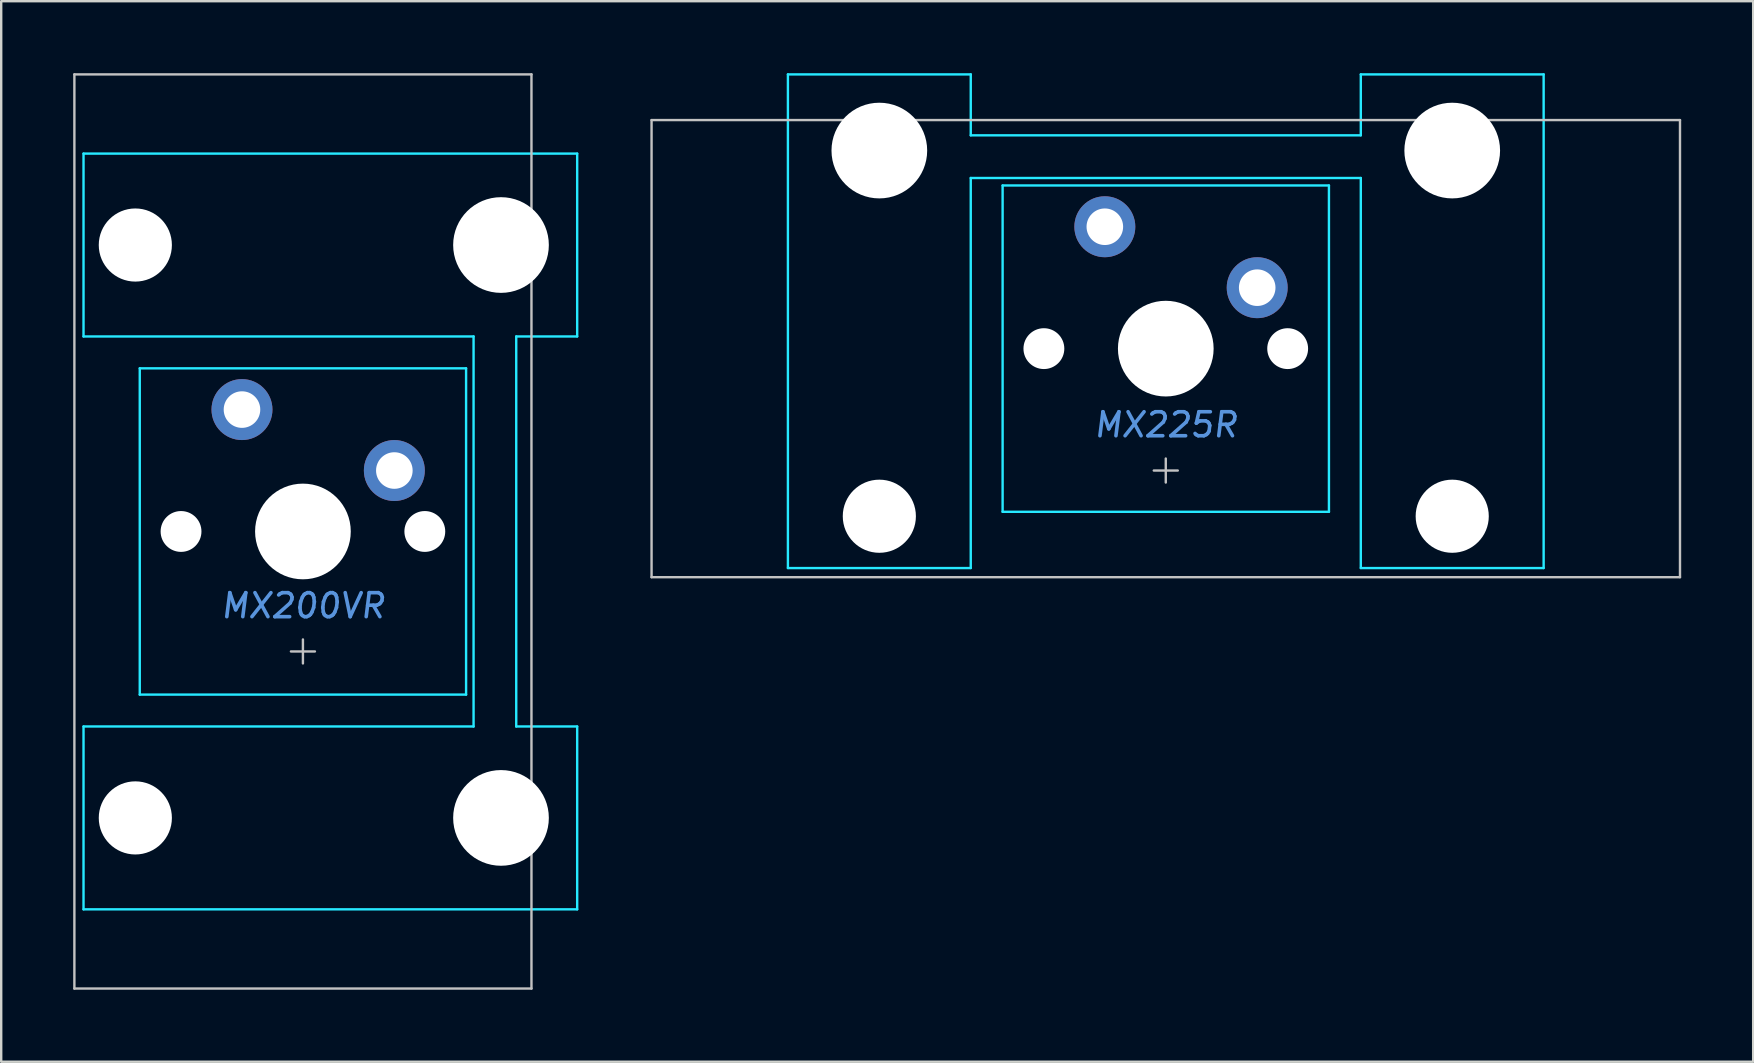
<source format=kicad_pcb>
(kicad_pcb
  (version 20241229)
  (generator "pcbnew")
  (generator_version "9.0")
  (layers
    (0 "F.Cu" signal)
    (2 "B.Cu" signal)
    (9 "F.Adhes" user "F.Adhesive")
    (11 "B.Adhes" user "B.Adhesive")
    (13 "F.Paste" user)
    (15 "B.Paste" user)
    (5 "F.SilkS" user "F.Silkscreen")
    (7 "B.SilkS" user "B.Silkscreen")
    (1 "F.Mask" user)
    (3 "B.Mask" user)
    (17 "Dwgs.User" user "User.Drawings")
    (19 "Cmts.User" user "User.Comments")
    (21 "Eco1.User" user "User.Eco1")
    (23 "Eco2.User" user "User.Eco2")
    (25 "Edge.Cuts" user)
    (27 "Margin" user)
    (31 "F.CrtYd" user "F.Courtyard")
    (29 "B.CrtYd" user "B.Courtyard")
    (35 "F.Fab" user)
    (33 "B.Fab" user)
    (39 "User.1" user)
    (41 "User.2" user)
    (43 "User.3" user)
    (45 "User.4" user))
  (footprint "MX225R"
    (layer "F.Cu")
    (at 45.536 11.48)
    (property "Reference" "MX225R" (at 0 3.175 0) (layer "Cmts.User") (effects (font (size 1 1) (thickness 0.15) (italic yes))))
    (attr through_hole)
    (fp_line (start -21.431 -9.525) (end -21.431 9.525) (stroke (width 0.1) (type solid)) (layer "Dwgs.User"))
    (fp_line (start -21.431 -9.525) (end 21.431 -9.525) (stroke (width 0.1) (type solid)) (layer "Dwgs.User"))
    (fp_line (start -21.431 9.525) (end 21.431 9.525) (stroke (width 0.1) (type solid)) (layer "Dwgs.User"))
    (fp_line (start -0.5 5.08) (end 0.5 5.08) (stroke (width 0.1) (type solid)) (layer "Dwgs.User"))
    (fp_line (start 0 5.58) (end 0 4.58) (stroke (width 0.1) (type solid)) (layer "Dwgs.User"))
    (fp_line (start 21.431 -9.525) (end 21.431 9.525) (stroke (width 0.1) (type solid)) (layer "Dwgs.User"))
    (fp_line (start -15.438 -8.515) (end -15.438 5.485) (stroke (width 0.1) (type solid)) (layer "Eco1.User"))
    (fp_line (start -14.938 -9.015) (end -8.938 -9.015) (stroke (width 0.1) (type solid)) (layer "Eco1.User"))
    (fp_line (start -8.938 5.985) (end -14.938 5.985) (stroke (width 0.1) (type solid)) (layer "Eco1.User"))
    (fp_line (start -8.438 5.485) (end -8.438 -8.515) (stroke (width 0.1) (type solid)) (layer "Eco1.User"))
    (fp_line (start -7 -6.5) (end -7 6.5) (stroke (width 0.1) (type solid)) (layer "Eco1.User"))
    (fp_line (start -6.5 7) (end 6.5 7) (stroke (width 0.1) (type solid)) (layer "Eco1.User"))
    (fp_line (start 6.5 -7) (end -6.5 -7) (stroke (width 0.1) (type solid)) (layer "Eco1.User"))
    (fp_line (start 7 6.5) (end 7 -6.5) (stroke (width 0.1) (type solid)) (layer "Eco1.User"))
    (fp_line (start 8.438 -8.515) (end 8.438 5.485) (stroke (width 0.1) (type solid)) (layer "Eco1.User"))
    (fp_line (start 8.938 -9.015) (end 14.938 -9.015) (stroke (width 0.1) (type solid)) (layer "Eco1.User"))
    (fp_line (start 14.938 5.985) (end 8.938 5.985) (stroke (width 0.1) (type solid)) (layer "Eco1.User"))
    (fp_line (start 15.438 5.485) (end 15.438 -8.515) (stroke (width 0.1) (type solid)) (layer "Eco1.User"))
    (fp_arc (start -15.438 -8.515) (mid -15.291553 -8.868553) (end -14.938 -9.015) (stroke (width 0.1) (type solid)) (layer "Eco1.User"))
    (fp_arc (start -14.938 5.985) (mid -15.291553 5.838553) (end -15.438 5.485) (stroke (width 0.1) (type solid)) (layer "Eco1.User"))
    (fp_arc (start -8.938 -9.015) (mid -8.584447 -8.868553) (end -8.438 -8.515) (stroke (width 0.1) (type solid)) (layer "Eco1.User"))
    (fp_arc (start -8.438 5.485) (mid -8.584447 5.838553) (end -8.938 5.985) (stroke (width 0.1) (type solid)) (layer "Eco1.User"))
    (fp_arc (start -7 -6.5) (mid -6.853553 -6.853553) (end -6.5 -7) (stroke (width 0.1) (type solid)) (layer "Eco1.User"))
    (fp_arc (start -6.5 7) (mid -6.853553 6.853553) (end -7 6.5) (stroke (width 0.1) (type solid)) (layer "Eco1.User"))
    (fp_arc (start 6.5 -7) (mid 6.853553 -6.853553) (end 7 -6.5) (stroke (width 0.1) (type solid)) (layer "Eco1.User"))
    (fp_arc (start 7 6.5) (mid 6.853553 6.853553) (end 6.5 7) (stroke (width 0.1) (type solid)) (layer "Eco1.User"))
    (fp_arc (start 8.438 -8.515) (mid 8.584447 -8.868553) (end 8.938 -9.015) (stroke (width 0.1) (type solid)) (layer "Eco1.User"))
    (fp_arc (start 8.938 5.985) (mid 8.584447 5.838553) (end 8.438 5.485) (stroke (width 0.1) (type solid)) (layer "Eco1.User"))
    (fp_arc (start 14.938 -9.015) (mid 15.291553 -8.868553) (end 15.438 -8.515) (stroke (width 0.1) (type solid)) (layer "Eco1.User"))
    (fp_arc (start 15.438 5.485) (mid 15.291553 5.838553) (end 14.938 5.985) (stroke (width 0.1) (type solid)) (layer "Eco1.User"))
    (fp_line (start -15.748 -11.43) (end -8.128 -11.43) (stroke (width 0.1) (type solid)) (layer "B.CrtYd"))
    (fp_line (start -15.748 9.144) (end -15.748 -11.43) (stroke (width 0.1) (type solid)) (layer "B.CrtYd"))
    (fp_line (start -8.128 -11.43) (end -8.128 -8.89) (stroke (width 0.1) (type solid)) (layer "B.CrtYd"))
    (fp_line (start -8.128 9.144) (end -15.748 9.144) (stroke (width 0.1) (type solid)) (layer "B.CrtYd"))
    (fp_line (start -8.128 9.144) (end -8.128 -7.112) (stroke (width 0.1) (type solid)) (layer "B.CrtYd"))
    (fp_line (start -6.8 6.8) (end -6.8 -6.8) (stroke (width 0.1) (type solid)) (layer "B.CrtYd"))
    (fp_line (start 6.8 -6.8) (end -6.8 -6.8) (stroke (width 0.1) (type solid)) (layer "B.CrtYd"))
    (fp_line (start 6.8 6.8) (end -6.8 6.8) (stroke (width 0.1) (type solid)) (layer "B.CrtYd"))
    (fp_line (start 6.8 6.8) (end 6.8 -6.8) (stroke (width 0.1) (type solid)) (layer "B.CrtYd"))
    (fp_line (start 8.128 -11.43) (end 8.128 -8.89) (stroke (width 0.1) (type solid)) (layer "B.CrtYd"))
    (fp_line (start 8.128 -11.43) (end 15.748 -11.43) (stroke (width 0.1) (type solid)) (layer "B.CrtYd"))
    (fp_line (start 8.128 -8.89) (end -8.128 -8.89) (stroke (width 0.1) (type solid)) (layer "B.CrtYd"))
    (fp_line (start 8.128 -7.112) (end -8.128 -7.112) (stroke (width 0.1) (type solid)) (layer "B.CrtYd"))
    (fp_line (start 8.128 9.144) (end 8.128 -7.112) (stroke (width 0.1) (type solid)) (layer "B.CrtYd"))
    (fp_line (start 15.748 -11.43) (end 15.748 9.144) (stroke (width 0.1) (type solid)) (layer "B.CrtYd"))
    (fp_line (start 15.748 9.144) (end 8.128 9.144) (stroke (width 0.1) (type solid)) (layer "B.CrtYd"))
    (pad "" np_thru_hole circle (at -11.938 -8.255 180) (size 3.988 3.988) (drill 3.988) (layers "*.Cu" "*.Mask"))
    (pad "" np_thru_hole circle (at -11.938 6.985 180) (size 3.048 3.048) (drill 3.048) (layers "*.Cu" "*.Mask"))
    (pad "" np_thru_hole circle (at -5.08 0) (size 1.702 1.702) (drill 1.702) (layers "*.Cu" "*.Mask"))
    (pad "" connect circle (at -2.54 -5.08) (size 1.524 1.524) (layers "B.Mask"))
    (pad "" np_thru_hole circle (at 0 0) (size 3.988 3.988) (drill 3.988) (layers "*.Cu" "*.Mask"))
    (pad "" connect circle (at 3.81 -2.54) (size 1.524 1.524) (layers "B.Mask"))
    (pad "" np_thru_hole circle (at 5.08 0) (size 1.702 1.702) (drill 1.702) (layers "*.Cu" "*.Mask"))
    (pad "" np_thru_hole circle (at 11.938 -8.255 180) (size 3.988 3.988) (drill 3.988) (layers "*.Cu" "*.Mask"))
    (pad "" np_thru_hole circle (at 11.938 6.985 180) (size 3.048 3.048) (drill 3.048) (layers "*.Cu" "*.Mask"))
    (pad "1" thru_hole circle (at -2.54 -5.08) (size 2.54 2.54) (drill 1.524) (layers "*.Cu" "F.Mask"))
    (pad "2" thru_hole circle (at 3.81 -2.54) (size 2.54 2.54) (drill 1.524) (layers "*.Cu" "F.Mask")))
  (footprint "MX200VR"
    (layer "F.Cu")
    (at 9.575 19.02)
    (property "Reference" "MX200VR" (at 0 3.175 0) (layer "Cmts.User") (effects (font (size 1 1) (thickness 0.15) (italic yes))))
    (attr through_hole)
    (fp_line (start -9.525 -18.97) (end -9.525 19.13) (stroke (width 0.1) (type solid)) (layer "Dwgs.User"))
    (fp_line (start -0.5 5.08) (end 0.5 5.08) (stroke (width 0.1) (type solid)) (layer "Dwgs.User"))
    (fp_line (start 0 5.58) (end 0 4.58) (stroke (width 0.1) (type solid)) (layer "Dwgs.User"))
    (fp_line (start 9.525 -18.97) (end -9.525 -18.97) (stroke (width 0.1) (type solid)) (layer "Dwgs.User"))
    (fp_line (start 9.525 -18.97) (end 9.525 19.13) (stroke (width 0.1) (type solid)) (layer "Dwgs.User"))
    (fp_line (start 9.525 19.13) (end -9.525 19.13) (stroke (width 0.1) (type solid)) (layer "Dwgs.User"))
    (fp_line (start -7 -6.42) (end -7 6.58) (stroke (width 0.1) (type solid)) (layer "Eco1.User"))
    (fp_line (start -6.5 7.08) (end 6.5 7.08) (stroke (width 0.1) (type solid)) (layer "Eco1.User"))
    (fp_line (start -5.985 -8.858) (end -5.985 -14.858) (stroke (width 0.1) (type solid)) (layer "Eco1.User"))
    (fp_line (start -5.985 15.018) (end -5.985 9.018) (stroke (width 0.1) (type solid)) (layer "Eco1.User"))
    (fp_line (start -5.485 -8.358) (end 8.515 -8.358) (stroke (width 0.1) (type solid)) (layer "Eco1.User"))
    (fp_line (start -5.485 15.518) (end 8.515 15.518) (stroke (width 0.1) (type solid)) (layer "Eco1.User"))
    (fp_line (start 6.5 -6.92) (end -6.5 -6.92) (stroke (width 0.1) (type solid)) (layer "Eco1.User"))
    (fp_line (start 7 6.58) (end 7 -6.42) (stroke (width 0.1) (type solid)) (layer "Eco1.User"))
    (fp_line (start 8.515 -15.358) (end -5.485 -15.358) (stroke (width 0.1) (type solid)) (layer "Eco1.User"))
    (fp_line (start 8.515 8.518) (end -5.485 8.518) (stroke (width 0.1) (type solid)) (layer "Eco1.User"))
    (fp_line (start 9.015 -14.858) (end 9.015 -8.858) (stroke (width 0.1) (type solid)) (layer "Eco1.User"))
    (fp_line (start 9.015 9.018) (end 9.015 15.018) (stroke (width 0.1) (type solid)) (layer "Eco1.User"))
    (fp_arc (start -7 -6.42) (mid -6.853553 -6.773553) (end -6.5 -6.92) (stroke (width 0.1) (type solid)) (layer "Eco1.User"))
    (fp_arc (start -6.5 7.08) (mid -6.853553 6.933553) (end -7 6.58) (stroke (width 0.1) (type solid)) (layer "Eco1.User"))
    (fp_arc (start -5.985 -14.858) (mid -5.838553 -15.211553) (end -5.485 -15.358) (stroke (width 0.1) (type solid)) (layer "Eco1.User"))
    (fp_arc (start -5.985 9.018) (mid -5.838553 8.664447) (end -5.485 8.518) (stroke (width 0.1) (type solid)) (layer "Eco1.User"))
    (fp_arc (start -5.485 -8.358) (mid -5.838553 -8.504447) (end -5.985 -8.858) (stroke (width 0.1) (type solid)) (layer "Eco1.User"))
    (fp_arc (start -5.485 15.518) (mid -5.838553 15.371553) (end -5.985 15.018) (stroke (width 0.1) (type solid)) (layer "Eco1.User"))
    (fp_arc (start 6.5 -6.92) (mid 6.853553 -6.773553) (end 7 -6.42) (stroke (width 0.1) (type solid)) (layer "Eco1.User"))
    (fp_arc (start 7 6.58) (mid 6.853553 6.933553) (end 6.5 7.08) (stroke (width 0.1) (type solid)) (layer "Eco1.User"))
    (fp_arc (start 8.515 -15.358) (mid 8.868553 -15.211553) (end 9.015 -14.858) (stroke (width 0.1) (type solid)) (layer "Eco1.User"))
    (fp_arc (start 8.515 8.518) (mid 8.868553 8.664447) (end 9.015 9.018) (stroke (width 0.1) (type solid)) (layer "Eco1.User"))
    (fp_arc (start 9.015 -8.858) (mid 8.868553 -8.504447) (end 8.515 -8.358) (stroke (width 0.1) (type solid)) (layer "Eco1.User"))
    (fp_arc (start 9.015 15.018) (mid 8.868553 15.371553) (end 8.515 15.518) (stroke (width 0.1) (type solid)) (layer "Eco1.User"))
    (fp_line (start -9.144 -15.668) (end 11.43 -15.668) (stroke (width 0.1) (type solid)) (layer "B.CrtYd"))
    (fp_line (start -9.144 -8.048) (end -9.144 -15.668) (stroke (width 0.1) (type solid)) (layer "B.CrtYd"))
    (fp_line (start -9.144 -8.048) (end 7.112 -8.048) (stroke (width 0.1) (type solid)) (layer "B.CrtYd"))
    (fp_line (start -9.144 8.208) (end 7.112 8.208) (stroke (width 0.1) (type solid)) (layer "B.CrtYd"))
    (fp_line (start -9.144 15.828) (end -9.144 8.208) (stroke (width 0.1) (type solid)) (layer "B.CrtYd"))
    (fp_line (start -6.8 6.88) (end -6.8 -6.72) (stroke (width 0.1) (type solid)) (layer "B.CrtYd"))
    (fp_line (start 6.8 -6.72) (end -6.8 -6.72) (stroke (width 0.1) (type solid)) (layer "B.CrtYd"))
    (fp_line (start 6.8 6.88) (end -6.8 6.88) (stroke (width 0.1) (type solid)) (layer "B.CrtYd"))
    (fp_line (start 6.8 6.88) (end 6.8 -6.72) (stroke (width 0.1) (type solid)) (layer "B.CrtYd"))
    (fp_line (start 7.112 8.208) (end 7.112 -8.048) (stroke (width 0.1) (type solid)) (layer "B.CrtYd"))
    (fp_line (start 8.89 8.208) (end 8.89 -8.048) (stroke (width 0.1) (type solid)) (layer "B.CrtYd"))
    (fp_line (start 11.43 -15.668) (end 11.43 -8.048) (stroke (width 0.1) (type solid)) (layer "B.CrtYd"))
    (fp_line (start 11.43 -8.048) (end 8.89 -8.048) (stroke (width 0.1) (type solid)) (layer "B.CrtYd"))
    (fp_line (start 11.43 8.208) (end 8.89 8.208) (stroke (width 0.1) (type solid)) (layer "B.CrtYd"))
    (fp_line (start 11.43 8.208) (end 11.43 15.828) (stroke (width 0.1) (type solid)) (layer "B.CrtYd"))
    (fp_line (start 11.43 15.828) (end -9.144 15.828) (stroke (width 0.1) (type solid)) (layer "B.CrtYd"))
    (pad "" np_thru_hole circle (at -6.985 -11.858 90) (size 3.048 3.048) (drill 3.048) (layers "*.Cu" "*.Mask"))
    (pad "" np_thru_hole circle (at -6.985 12.018 90) (size 3.048 3.048) (drill 3.048) (layers "*.Cu" "*.Mask"))
    (pad "" np_thru_hole circle (at -5.08 0.08) (size 1.702 1.702) (drill 1.702) (layers "*.Cu" "*.Mask"))
    (pad "" connect circle (at -2.54 -5) (size 1.524 1.524) (layers "B.Mask"))
    (pad "" np_thru_hole circle (at 0 0.08 180) (size 3.988 3.988) (drill 3.988) (layers "*.Cu" "*.Mask"))
    (pad "" connect circle (at 3.81 -2.46) (size 1.524 1.524) (layers "B.Mask"))
    (pad "" np_thru_hole circle (at 5.08 0.08) (size 1.702 1.702) (drill 1.702) (layers "*.Cu" "*.Mask"))
    (pad "" np_thru_hole circle (at 8.255 -11.858 90) (size 3.988 3.988) (drill 3.988) (layers "*.Cu" "*.Mask"))
    (pad "" np_thru_hole circle (at 8.255 12.018 90) (size 3.988 3.988) (drill 3.988) (layers "*.Cu" "*.Mask"))
    (pad "1" thru_hole circle (at -2.54 -5) (size 2.54 2.54) (drill 1.524) (layers "*.Cu" "F.Mask"))
    (pad "2" thru_hole circle (at 3.81 -2.46) (size 2.54 2.54) (drill 1.524) (layers "*.Cu" "F.Mask")))
  (gr_rect
    (start -3 -3)
    (end 70.017 41.2)
    (stroke (width 0.1) (type default))
    (fill no)
    (layer "Edge.Cuts")))
</source>
